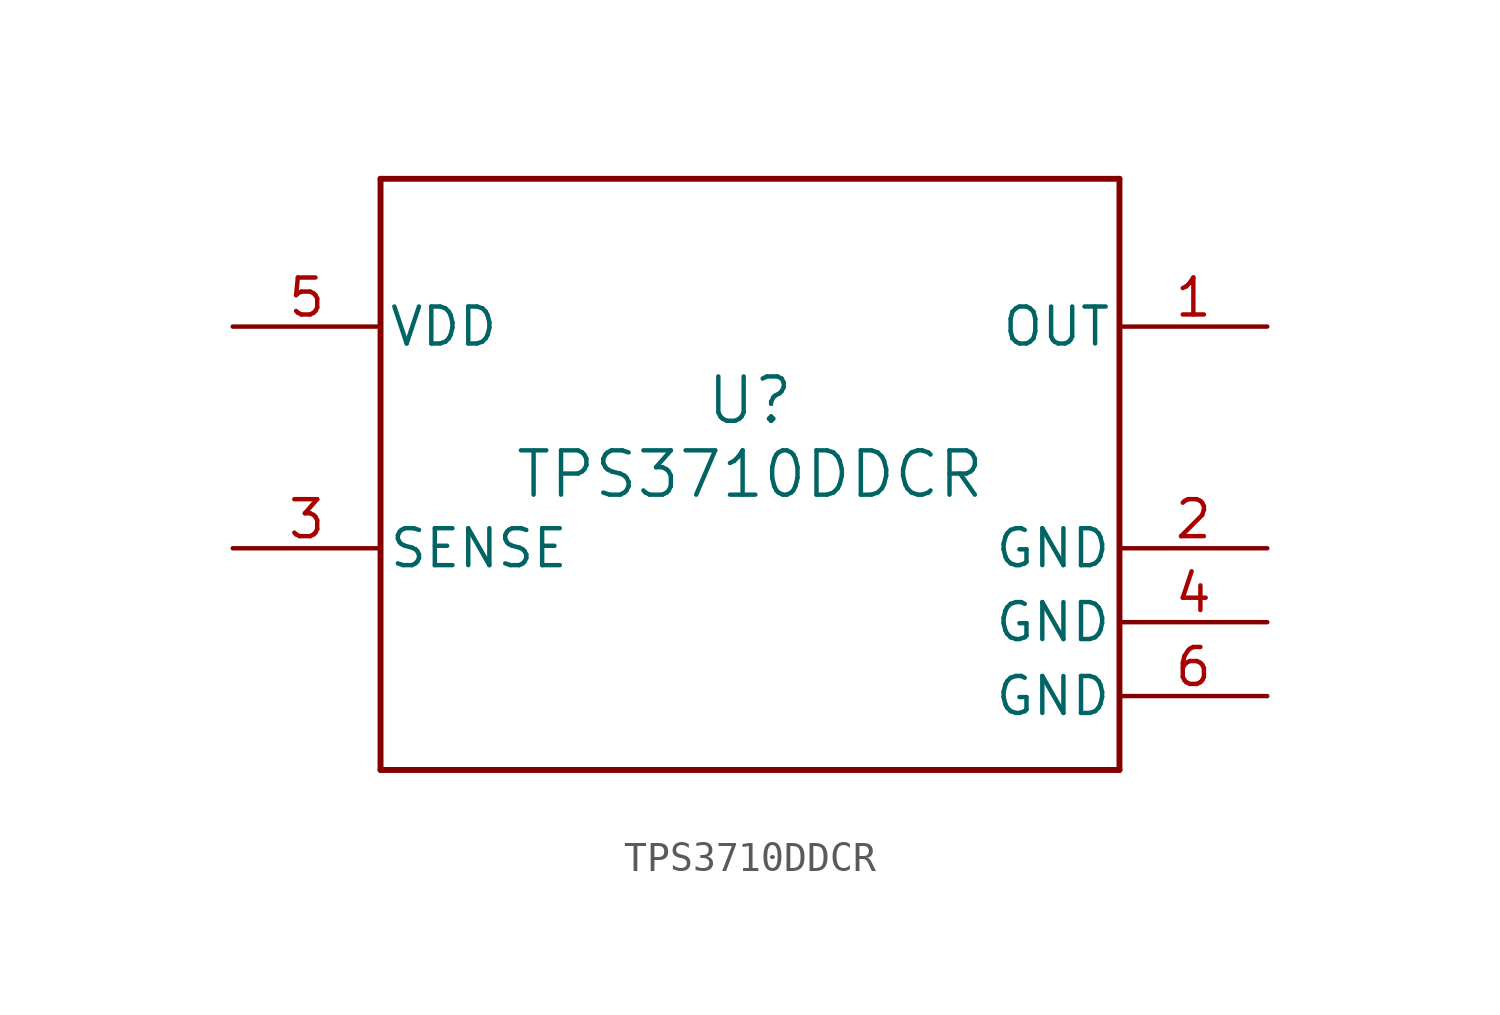
<source format=kicad_sym>
(kicad_symbol_lib
  (version 20211014)
  (generator kicad_symbol_editor)
  (symbol "TPS3710DDCR"
    (pin_names
      (offset 0.254))
    (property "Reference" "U"
      (at 0 2.54 0)
      (effects (font (size 1.524 1.524))))
    (property "Value" "TPS3710DDCR"
      (at 0 0 0)
      (effects (font (size 1.524 1.524))))
    (polyline
      (pts (xy -12.7 -10.16) (xy 12.7 -10.16))
      (stroke (width 0.203) (type default) (color 0 0 0 0))
      (fill (type none)))
    (polyline
      (pts (xy 12.7 -10.16) (xy 12.7 10.16))
      (stroke (width 0.203) (type default) (color 0 0 0 0))
      (fill (type none)))
    (polyline
      (pts (xy 12.7 10.16) (xy -12.7 10.16))
      (stroke (width 0.203) (type default) (color 0 0 0 0))
      (fill (type none)))
    (polyline
      (pts (xy -12.7 10.16) (xy -12.7 -10.16))
      (stroke (width 0.203) (type default) (color 0 0 0 0))
      (fill (type none)))
    (pin open_collector line
      (at 17.78 5.08 180)
      (length 5.08)
      (name "OUT" (effects (font (size 1.27 1.27))))
      (number "1" (effects (font (size 1.27 1.27)))))
    (pin power_in line
      (at 17.78 -2.54 180)
      (length 5.08)
      (name "GND" (effects (font (size 1.27 1.27))))
      (number "2" (effects (font (size 1.27 1.27)))))
    (pin input line
      (at -17.78 -2.54 0)
      (length 5.08)
      (name "SENSE" (effects (font (size 1.27 1.27))))
      (number "3" (effects (font (size 1.27 1.27)))))
    (pin power_in line
      (at 17.78 -5.08 180)
      (length 5.08)
      (name "GND" (effects (font (size 1.27 1.27))))
      (number "4" (effects (font (size 1.27 1.27)))))
    (pin power_in line
      (at -17.78 5.08 0)
      (length 5.08)
      (name "VDD" (effects (font (size 1.27 1.27))))
      (number "5" (effects (font (size 1.27 1.27)))))
    (pin power_in line
      (at 17.78 -7.62 180)
      (length 5.08)
      (name "GND" (effects (font (size 1.27 1.27))))
      (number "6" (effects (font (size 1.27 1.27)))))))
</source>
